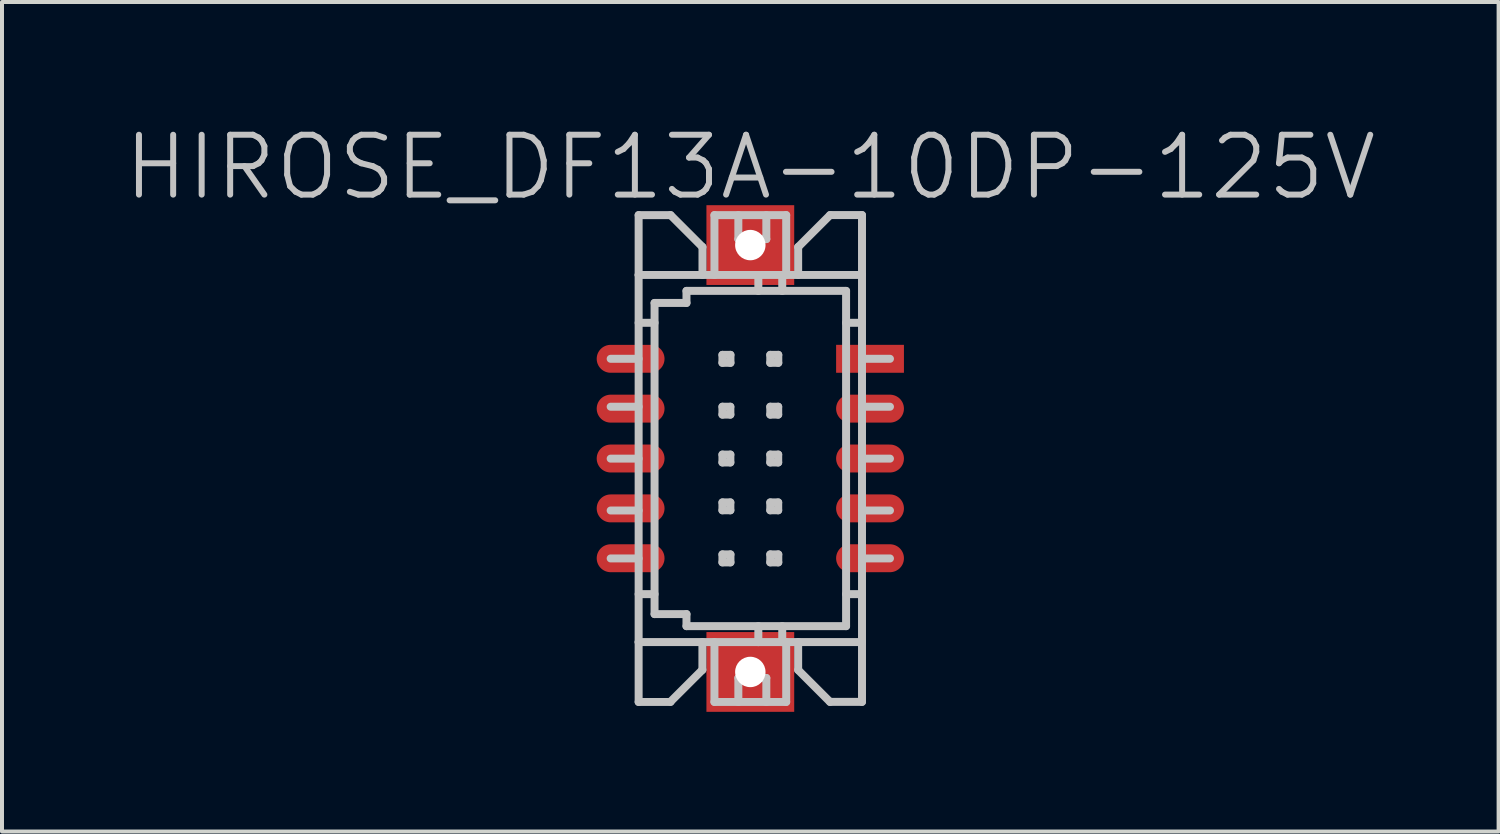
<source format=kicad_pcb>
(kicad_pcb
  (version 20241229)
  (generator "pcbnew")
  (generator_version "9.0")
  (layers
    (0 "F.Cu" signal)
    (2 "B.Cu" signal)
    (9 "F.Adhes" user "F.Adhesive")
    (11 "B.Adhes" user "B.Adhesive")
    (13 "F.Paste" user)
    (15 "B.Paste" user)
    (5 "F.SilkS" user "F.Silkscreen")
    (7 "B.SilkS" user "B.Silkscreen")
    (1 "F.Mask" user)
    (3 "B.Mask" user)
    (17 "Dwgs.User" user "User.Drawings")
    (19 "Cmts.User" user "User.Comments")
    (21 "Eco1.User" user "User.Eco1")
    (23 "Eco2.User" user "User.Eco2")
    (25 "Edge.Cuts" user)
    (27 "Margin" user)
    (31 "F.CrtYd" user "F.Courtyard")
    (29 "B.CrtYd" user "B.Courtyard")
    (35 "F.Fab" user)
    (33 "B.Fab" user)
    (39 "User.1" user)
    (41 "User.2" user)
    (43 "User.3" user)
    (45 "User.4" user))
  (footprint "HIROSE_DF13A-10DP-125V"
    (layer "F.Cu")
    (at 15.754 8.441)
    (property "Reference" "HIROSE_DF13A-10DP-125V" (at 0 -7.3 180) (layer "Dwgs.User") (effects (font (size 1.5 1.5) (thickness 0.15))))
    (attr smd)
    (fp_line (start -2.799 -6.101) (end -2.799 -4.6) (stroke (width 0.2) (type solid)) (layer "Dwgs.User"))
    (fp_line (start -2.799 -6.099) (end -1.999 -6.099) (stroke (width 0.2) (type solid)) (layer "Dwgs.User"))
    (fp_line (start -2.799 -4.6) (end -2.799 4.6) (stroke (width 0.2) (type solid)) (layer "Dwgs.User"))
    (fp_line (start -2.799 -2.499) (end -3.5 -2.499) (stroke (width 0.2) (type solid)) (layer "Dwgs.User"))
    (fp_line (start -2.799 -1.298) (end -3.5 -1.298) (stroke (width 0.2) (type solid)) (layer "Dwgs.User"))
    (fp_line (start -2.799 0.003) (end -3.5 0.003) (stroke (width 0.2) (type solid)) (layer "Dwgs.User"))
    (fp_line (start -2.799 1.303) (end -3.5 1.303) (stroke (width 0.2) (type solid)) (layer "Dwgs.User"))
    (fp_line (start -2.799 2.504) (end -3.5 2.504) (stroke (width 0.2) (type solid)) (layer "Dwgs.User"))
    (fp_line (start -2.799 4.6) (end -2.799 6.101) (stroke (width 0.2) (type solid)) (layer "Dwgs.User"))
    (fp_line (start -2.799 4.6) (end 2.799 4.6) (stroke (width 0.2) (type solid)) (layer "Dwgs.User"))
    (fp_line (start -2.799 6.101) (end -1.999 6.101) (stroke (width 0.2) (type solid)) (layer "Dwgs.User"))
    (fp_line (start -2.4 -3.899) (end -1.6 -3.899) (stroke (width 0.2) (type solid)) (layer "Dwgs.User"))
    (fp_line (start -2.4 -3.401) (end -2.799 -3.401) (stroke (width 0.2) (type solid)) (layer "Dwgs.User"))
    (fp_line (start -2.4 3.399) (end -2.799 3.399) (stroke (width 0.2) (type solid)) (layer "Dwgs.User"))
    (fp_line (start -2.4 3.899) (end -2.4 -3.899) (stroke (width 0.2) (type solid)) (layer "Dwgs.User"))
    (fp_line (start -1.6 -4.201) (end 2.4 -4.201) (stroke (width 0.2) (type solid)) (layer "Dwgs.User"))
    (fp_line (start -1.6 -3.899) (end -1.6 -4.201) (stroke (width 0.2) (type solid)) (layer "Dwgs.User"))
    (fp_line (start -1.6 3.899) (end -2.4 3.899) (stroke (width 0.2) (type solid)) (layer "Dwgs.User"))
    (fp_line (start -1.6 4.201) (end -1.6 3.899) (stroke (width 0.2) (type solid)) (layer "Dwgs.User"))
    (fp_line (start -1.201 4.597) (end -1.201 5.298) (stroke (width 0.2) (type solid)) (layer "Dwgs.User"))
    (fp_line (start -1.201 5.296) (end -2.002 6.096) (stroke (width 0.2) (type solid)) (layer "Dwgs.User"))
    (fp_line (start -1.199 -5.301) (end -1.999 -6.101) (stroke (width 0.2) (type solid)) (layer "Dwgs.User"))
    (fp_line (start -1.199 -4.6) (end -1.199 -5.301) (stroke (width 0.2) (type solid)) (layer "Dwgs.User"))
    (fp_line (start -0.899 -6.101) (end -0.899 -4.6) (stroke (width 0.2) (type solid)) (layer "Dwgs.User"))
    (fp_line (start -0.899 -6.099) (end 0.899 -6.099) (stroke (width 0.2) (type solid)) (layer "Dwgs.User"))
    (fp_line (start -0.899 6.099) (end -0.899 4.6) (stroke (width 0.2) (type solid)) (layer "Dwgs.User"))
    (fp_line (start -0.699 -2.598) (end -0.699 -2.398) (stroke (width 0.2) (type solid)) (layer "Dwgs.User"))
    (fp_line (start -0.699 -2.398) (end -0.498 -2.398) (stroke (width 0.2) (type solid)) (layer "Dwgs.User"))
    (fp_line (start -0.699 -1.298) (end -0.5 -1.298) (stroke (width 0.2) (type solid)) (layer "Dwgs.User"))
    (fp_line (start -0.699 -1.1) (end -0.699 -1.298) (stroke (width 0.2) (type solid)) (layer "Dwgs.User"))
    (fp_line (start -0.699 -0.099) (end -0.5 -0.099) (stroke (width 0.2) (type solid)) (layer "Dwgs.User"))
    (fp_line (start -0.699 0.099) (end -0.699 -0.099) (stroke (width 0.2) (type solid)) (layer "Dwgs.User"))
    (fp_line (start -0.699 1.1) (end -0.5 1.1) (stroke (width 0.2) (type solid)) (layer "Dwgs.User"))
    (fp_line (start -0.699 1.298) (end -0.699 1.1) (stroke (width 0.2) (type solid)) (layer "Dwgs.User"))
    (fp_line (start -0.699 2.403) (end -0.498 2.403) (stroke (width 0.2) (type solid)) (layer "Dwgs.User"))
    (fp_line (start -0.699 2.603) (end -0.699 2.403) (stroke (width 0.2) (type solid)) (layer "Dwgs.User"))
    (fp_line (start -0.5 -1.298) (end -0.5 -1.1) (stroke (width 0.2) (type solid)) (layer "Dwgs.User"))
    (fp_line (start -0.5 -1.1) (end -0.699 -1.1) (stroke (width 0.2) (type solid)) (layer "Dwgs.User"))
    (fp_line (start -0.5 -0.099) (end -0.5 0.099) (stroke (width 0.2) (type solid)) (layer "Dwgs.User"))
    (fp_line (start -0.5 0.099) (end -0.699 0.099) (stroke (width 0.2) (type solid)) (layer "Dwgs.User"))
    (fp_line (start -0.5 1.1) (end -0.5 1.298) (stroke (width 0.2) (type solid)) (layer "Dwgs.User"))
    (fp_line (start -0.5 1.298) (end -0.699 1.298) (stroke (width 0.2) (type solid)) (layer "Dwgs.User"))
    (fp_line (start -0.498 -2.598) (end -0.699 -2.598) (stroke (width 0.2) (type solid)) (layer "Dwgs.User"))
    (fp_line (start -0.498 -2.398) (end -0.498 -2.598) (stroke (width 0.2) (type solid)) (layer "Dwgs.User"))
    (fp_line (start -0.498 2.403) (end -0.498 2.603) (stroke (width 0.2) (type solid)) (layer "Dwgs.User"))
    (fp_line (start -0.498 2.603) (end -0.699 2.603) (stroke (width 0.2) (type solid)) (layer "Dwgs.User"))
    (fp_line (start -0.3 -5.499) (end -0.3 -6.099) (stroke (width 0.2) (type solid)) (layer "Dwgs.User"))
    (fp_line (start -0.3 5.502) (end -0.3 6.101) (stroke (width 0.2) (type solid)) (layer "Dwgs.User"))
    (fp_line (start 0.201 -4.6) (end 0.201 -4.199) (stroke (width 0.2) (type solid)) (layer "Dwgs.User"))
    (fp_line (start 0.201 4.201) (end 0.201 4.602) (stroke (width 0.2) (type solid)) (layer "Dwgs.User"))
    (fp_line (start 0.401 -6.099) (end 0.401 -5.499) (stroke (width 0.2) (type solid)) (layer "Dwgs.User"))
    (fp_line (start 0.401 -5.499) (end -0.3 -5.499) (stroke (width 0.2) (type solid)) (layer "Dwgs.User"))
    (fp_line (start 0.401 5.499) (end -0.3 5.499) (stroke (width 0.2) (type solid)) (layer "Dwgs.User"))
    (fp_line (start 0.401 5.502) (end 0.401 6.101) (stroke (width 0.2) (type solid)) (layer "Dwgs.User"))
    (fp_line (start 0.5 -2.598) (end 0.5 -2.398) (stroke (width 0.2) (type solid)) (layer "Dwgs.User"))
    (fp_line (start 0.5 -2.398) (end 0.701 -2.398) (stroke (width 0.2) (type solid)) (layer "Dwgs.User"))
    (fp_line (start 0.5 -1.298) (end 0.699 -1.298) (stroke (width 0.2) (type solid)) (layer "Dwgs.User"))
    (fp_line (start 0.5 -1.1) (end 0.5 -1.298) (stroke (width 0.2) (type solid)) (layer "Dwgs.User"))
    (fp_line (start 0.5 -0.099) (end 0.699 -0.099) (stroke (width 0.2) (type solid)) (layer "Dwgs.User"))
    (fp_line (start 0.5 0.099) (end 0.5 -0.099) (stroke (width 0.2) (type solid)) (layer "Dwgs.User"))
    (fp_line (start 0.5 1.1) (end 0.699 1.1) (stroke (width 0.2) (type solid)) (layer "Dwgs.User"))
    (fp_line (start 0.5 1.298) (end 0.5 1.1) (stroke (width 0.2) (type solid)) (layer "Dwgs.User"))
    (fp_line (start 0.5 2.403) (end 0.701 2.403) (stroke (width 0.2) (type solid)) (layer "Dwgs.User"))
    (fp_line (start 0.5 2.603) (end 0.5 2.403) (stroke (width 0.2) (type solid)) (layer "Dwgs.User"))
    (fp_line (start 0.699 -1.298) (end 0.699 -1.1) (stroke (width 0.2) (type solid)) (layer "Dwgs.User"))
    (fp_line (start 0.699 -1.1) (end 0.5 -1.1) (stroke (width 0.2) (type solid)) (layer "Dwgs.User"))
    (fp_line (start 0.699 -0.099) (end 0.699 0.099) (stroke (width 0.2) (type solid)) (layer "Dwgs.User"))
    (fp_line (start 0.699 0.099) (end 0.5 0.099) (stroke (width 0.2) (type solid)) (layer "Dwgs.User"))
    (fp_line (start 0.699 1.1) (end 0.699 1.298) (stroke (width 0.2) (type solid)) (layer "Dwgs.User"))
    (fp_line (start 0.699 1.298) (end 0.5 1.298) (stroke (width 0.2) (type solid)) (layer "Dwgs.User"))
    (fp_line (start 0.701 -2.598) (end 0.5 -2.598) (stroke (width 0.2) (type solid)) (layer "Dwgs.User"))
    (fp_line (start 0.701 -2.398) (end 0.701 -2.598) (stroke (width 0.2) (type solid)) (layer "Dwgs.User"))
    (fp_line (start 0.701 2.403) (end 0.701 2.603) (stroke (width 0.2) (type solid)) (layer "Dwgs.User"))
    (fp_line (start 0.701 2.603) (end 0.5 2.603) (stroke (width 0.2) (type solid)) (layer "Dwgs.User"))
    (fp_line (start 0.8 -4.6) (end 0.8 -4.199) (stroke (width 0.2) (type solid)) (layer "Dwgs.User"))
    (fp_line (start 0.8 4.602) (end 0.8 4.201) (stroke (width 0.2) (type solid)) (layer "Dwgs.User"))
    (fp_line (start 0.899 -6.101) (end 0.899 -4.6) (stroke (width 0.2) (type solid)) (layer "Dwgs.User"))
    (fp_line (start 0.899 6.099) (end 0.899 4.6) (stroke (width 0.2) (type solid)) (layer "Dwgs.User"))
    (fp_line (start 0.899 6.101) (end -0.899 6.101) (stroke (width 0.2) (type solid)) (layer "Dwgs.User"))
    (fp_line (start 1.199 -5.301) (end 1.199 -4.6) (stroke (width 0.2) (type solid)) (layer "Dwgs.User"))
    (fp_line (start 1.199 4.597) (end 1.199 5.298) (stroke (width 0.2) (type solid)) (layer "Dwgs.User"))
    (fp_line (start 1.199 5.301) (end 1.999 6.101) (stroke (width 0.2) (type solid)) (layer "Dwgs.User"))
    (fp_line (start 1.999 -6.101) (end 1.199 -5.301) (stroke (width 0.2) (type solid)) (layer "Dwgs.User"))
    (fp_line (start 2.4 -4.201) (end 2.4 4.201) (stroke (width 0.2) (type solid)) (layer "Dwgs.User"))
    (fp_line (start 2.4 4.201) (end -1.6 4.201) (stroke (width 0.2) (type solid)) (layer "Dwgs.User"))
    (fp_line (start 2.799 -6.101) (end 1.999 -6.101) (stroke (width 0.2) (type solid)) (layer "Dwgs.User"))
    (fp_line (start 2.799 -4.6) (end -2.799 -4.6) (stroke (width 0.2) (type solid)) (layer "Dwgs.User"))
    (fp_line (start 2.799 -4.6) (end 2.799 -6.101) (stroke (width 0.2) (type solid)) (layer "Dwgs.User"))
    (fp_line (start 2.799 -3.401) (end 2.4 -3.401) (stroke (width 0.2) (type solid)) (layer "Dwgs.User"))
    (fp_line (start 2.799 3.399) (end 2.4 3.399) (stroke (width 0.2) (type solid)) (layer "Dwgs.User"))
    (fp_line (start 2.799 4.6) (end 2.799 -4.6) (stroke (width 0.2) (type solid)) (layer "Dwgs.User"))
    (fp_line (start 2.799 6.099) (end 1.999 6.099) (stroke (width 0.2) (type solid)) (layer "Dwgs.User"))
    (fp_line (start 2.799 6.099) (end 2.799 4.597) (stroke (width 0.2) (type solid)) (layer "Dwgs.User"))
    (fp_line (start 3.5 -2.499) (end 2.799 -2.499) (stroke (width 0.2) (type solid)) (layer "Dwgs.User"))
    (fp_line (start 3.5 -1.298) (end 2.799 -1.298) (stroke (width 0.2) (type solid)) (layer "Dwgs.User"))
    (fp_line (start 3.5 0.003) (end 2.799 0.003) (stroke (width 0.2) (type solid)) (layer "Dwgs.User"))
    (fp_line (start 3.5 1.303) (end 2.799 1.303) (stroke (width 0.2) (type solid)) (layer "Dwgs.User"))
    (fp_line (start 3.5 2.504) (end 2.799 2.504) (stroke (width 0.2) (type solid)) (layer "Dwgs.User"))
    (pad "" np_thru_hole rect (at 0 -5.349 270) (size 1.999 2.2) (drill 0.762) (layers "F.Cu" "F.Mask" "F.Paste"))
    (pad "" np_thru_hole rect (at 0 5.349 270) (size 1.999 2.2) (drill 0.762) (layers "F.Cu" "F.Mask" "F.Paste"))
    (pad "1" smd rect (at 3 -2.499 270) (size 0.7 1.7) (layers "F.Cu" "F.Mask" "F.Paste"))
    (pad "2" smd oval (at 3 -1.25 270) (size 0.7 1.7) (layers "F.Cu" "F.Mask" "F.Paste"))
    (pad "3" smd oval (at 3 0 270) (size 0.7 1.7) (layers "F.Cu" "F.Mask" "F.Paste"))
    (pad "4" smd oval (at 3 1.25 270) (size 0.7 1.7) (layers "F.Cu" "F.Mask" "F.Paste"))
    (pad "5" smd oval (at 3 2.499 270) (size 0.7 1.7) (layers "F.Cu" "F.Mask" "F.Paste"))
    (pad "6" smd oval (at -3 2.499 270) (size 0.7 1.7) (layers "F.Cu" "F.Mask" "F.Paste"))
    (pad "7" smd oval (at -3 1.25 270) (size 0.7 1.7) (layers "F.Cu" "F.Mask" "F.Paste"))
    (pad "8" smd oval (at -3 0 270) (size 0.7 1.7) (layers "F.Cu" "F.Mask" "F.Paste"))
    (pad "9" smd oval (at -3 -1.25 270) (size 0.7 1.7) (layers "F.Cu" "F.Mask" "F.Paste"))
    (pad "10" smd oval (at -3 -2.499 270) (size 0.7 1.7) (layers "F.Cu" "F.Mask" "F.Paste")))
  (gr_rect
    (start -3 -3)
    (end 34.507 17.789)
    (stroke (width 0.1) (type default))
    (fill no)
    (layer "Edge.Cuts")))
</source>
